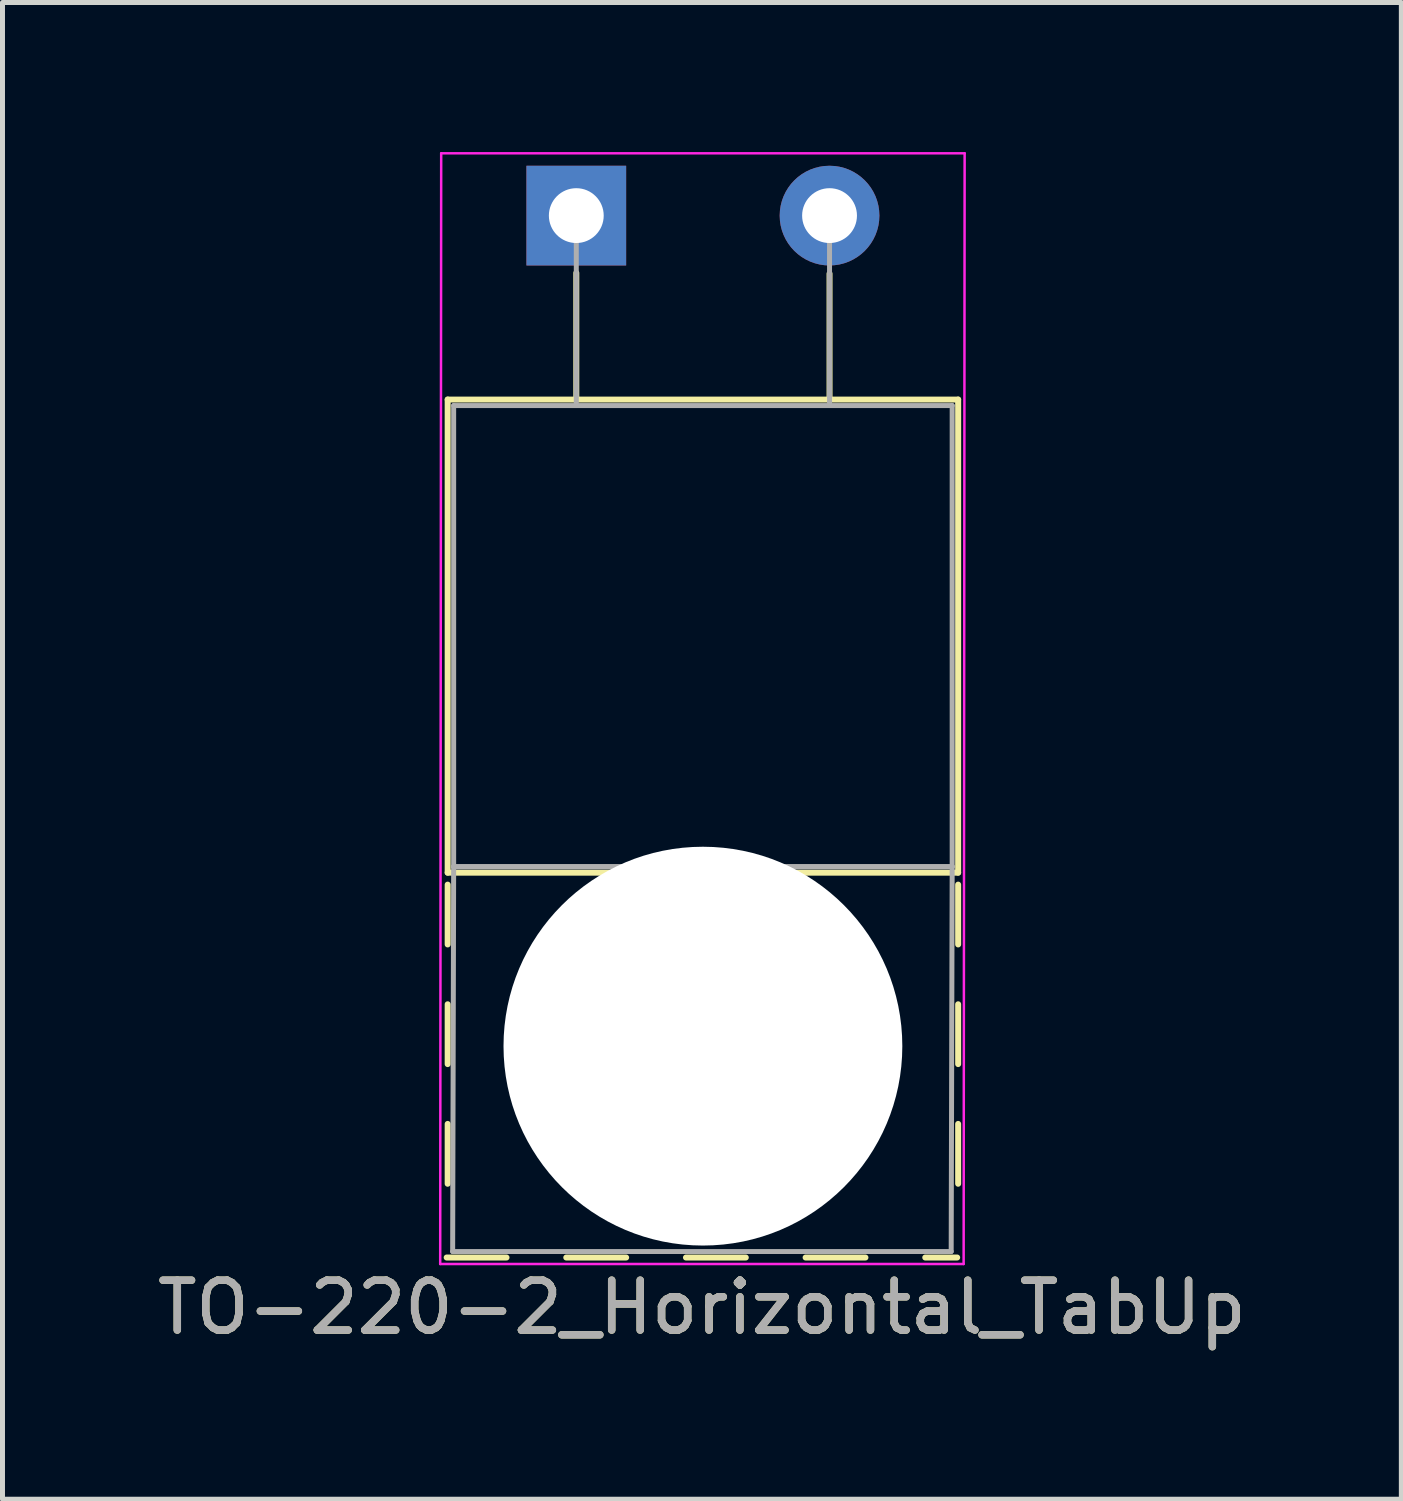
<source format=kicad_pcb>
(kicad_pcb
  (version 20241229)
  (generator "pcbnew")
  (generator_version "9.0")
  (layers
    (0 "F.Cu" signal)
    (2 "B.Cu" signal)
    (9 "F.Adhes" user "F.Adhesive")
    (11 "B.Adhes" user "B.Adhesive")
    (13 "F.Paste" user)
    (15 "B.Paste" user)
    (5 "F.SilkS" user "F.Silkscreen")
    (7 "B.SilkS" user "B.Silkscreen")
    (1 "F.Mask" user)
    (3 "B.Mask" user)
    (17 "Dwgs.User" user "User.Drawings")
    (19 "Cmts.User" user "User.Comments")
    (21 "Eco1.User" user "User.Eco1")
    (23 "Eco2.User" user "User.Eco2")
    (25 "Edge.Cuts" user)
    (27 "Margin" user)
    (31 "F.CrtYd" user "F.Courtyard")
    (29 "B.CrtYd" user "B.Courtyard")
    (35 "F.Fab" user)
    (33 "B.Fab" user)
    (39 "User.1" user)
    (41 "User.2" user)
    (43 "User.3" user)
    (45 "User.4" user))
  (footprint "TO-220-2_Horizontal_TabUp"
    (layer "F.Cu")
    (at 8.51 1.275)
    (property "Reference" "TO-220-2_Horizontal_TabUp" (at 2.52 21.9 0) (layer "F.SilkS") (effects (font (size 1 1) (thickness 0.15))))
    (attr through_hole)
    (fp_line (start -2.6 20.9) (end -1.4 20.9) (stroke (width 0.12) (type solid)) (layer "F.SilkS"))
    (fp_line (start -2.58 3.69) (end -2.58 13.18) (stroke (width 0.12) (type solid)) (layer "F.SilkS"))
    (fp_line (start -2.58 3.69) (end 7.66 3.69) (stroke (width 0.12) (type solid)) (layer "F.SilkS"))
    (fp_line (start -2.58 13.18) (end 7.66 13.18) (stroke (width 0.12) (type solid)) (layer "F.SilkS"))
    (fp_line (start -2.58 13.42) (end -2.58 14.62) (stroke (width 0.12) (type solid)) (layer "F.SilkS"))
    (fp_line (start -2.58 15.82) (end -2.58 17.02) (stroke (width 0.12) (type solid)) (layer "F.SilkS"))
    (fp_line (start -2.58 18.22) (end -2.58 19.42) (stroke (width 0.12) (type solid)) (layer "F.SilkS"))
    (fp_line (start -0.201 20.9) (end 1 20.9) (stroke (width 0.12) (type solid)) (layer "F.SilkS"))
    (fp_line (start 0 1.15) (end 0 3.69) (stroke (width 0.12) (type solid)) (layer "F.SilkS"))
    (fp_line (start 2.2 20.9) (end 3.4 20.9) (stroke (width 0.12) (type solid)) (layer "F.SilkS"))
    (fp_line (start 4.6 20.9) (end 5.8 20.9) (stroke (width 0.12) (type solid)) (layer "F.SilkS"))
    (fp_line (start 5.08 1.165) (end 5.08 3.69) (stroke (width 0.12) (type solid)) (layer "F.SilkS"))
    (fp_line (start 7 20.9) (end 7.64 20.9) (stroke (width 0.12) (type solid)) (layer "F.SilkS"))
    (fp_line (start 7.66 3.69) (end 7.66 13.18) (stroke (width 0.12) (type solid)) (layer "F.SilkS"))
    (fp_line (start 7.66 13.42) (end 7.66 14.62) (stroke (width 0.12) (type solid)) (layer "F.SilkS"))
    (fp_line (start 7.66 15.82) (end 7.66 17.02) (stroke (width 0.12) (type solid)) (layer "F.SilkS"))
    (fp_line (start 7.66 18.22) (end 7.66 19.42) (stroke (width 0.12) (type solid)) (layer "F.SilkS"))
    (fp_line (start -2.73 21.03) (end 7.77 21.03) (stroke (width 0.05) (type solid)) (layer "F.CrtYd"))
    (fp_line (start -2.71 -1.25) (end -2.73 21.03) (stroke (width 0.05) (type solid)) (layer "F.CrtYd"))
    (fp_line (start 7.77 21.03) (end 7.79 -1.25) (stroke (width 0.05) (type solid)) (layer "F.CrtYd"))
    (fp_line (start 7.79 -1.25) (end -2.71 -1.25) (stroke (width 0.05) (type solid)) (layer "F.CrtYd"))
    (fp_line (start -2.48 20.78) (end 7.52 20.78) (stroke (width 0.1) (type solid)) (layer "F.Fab"))
    (fp_line (start -2.46 3.81) (end -2.46 13.06) (stroke (width 0.1) (type solid)) (layer "F.Fab"))
    (fp_line (start -2.46 13.06) (end -2.48 20.78) (stroke (width 0.1) (type solid)) (layer "F.Fab"))
    (fp_line (start -2.46 13.06) (end 7.54 13.06) (stroke (width 0.1) (type solid)) (layer "F.Fab"))
    (fp_line (start 0 3.81) (end 0 0) (stroke (width 0.1) (type solid)) (layer "F.Fab"))
    (fp_line (start 5.08 3.81) (end 5.08 0) (stroke (width 0.1) (type solid)) (layer "F.Fab"))
    (fp_line (start 7.52 20.78) (end 7.54 13.06) (stroke (width 0.1) (type solid)) (layer "F.Fab"))
    (fp_line (start 7.54 3.81) (end -2.46 3.81) (stroke (width 0.1) (type solid)) (layer "F.Fab"))
    (fp_line (start 7.54 13.06) (end -2.46 13.06) (stroke (width 0.1) (type solid)) (layer "F.Fab"))
    (fp_line (start 7.54 13.06) (end 7.54 3.81) (stroke (width 0.1) (type solid)) (layer "F.Fab"))
    (fp_circle (center 2.54 16.66) (end 4.39 16.66) (stroke (width 0.1) (type solid)) (fill no) (layer "F.Fab"))
    (fp_text user "${REFERENCE}" (at 2.52 21.9 0) (layer "F.Fab") (effects (font (size 1 1) (thickness 0.15))))
    (pad "" np_thru_hole oval (at 2.54 16.66) (size 8 8) (drill 8) (layers "*.Cu" "*.Mask"))
    (pad "1" thru_hole rect (at 0 0) (size 2 2) (drill 1.1) (layers "*.Cu" "*.Mask"))
    (pad "2" thru_hole oval (at 5.08 0) (size 2 2) (drill 1.1) (layers "*.Cu" "*.Mask")))
  (gr_rect
    (start -3 -3)
    (end 25.06 27.023)
    (stroke (width 0.1) (type default))
    (fill no)
    (layer "Edge.Cuts")))
</source>
